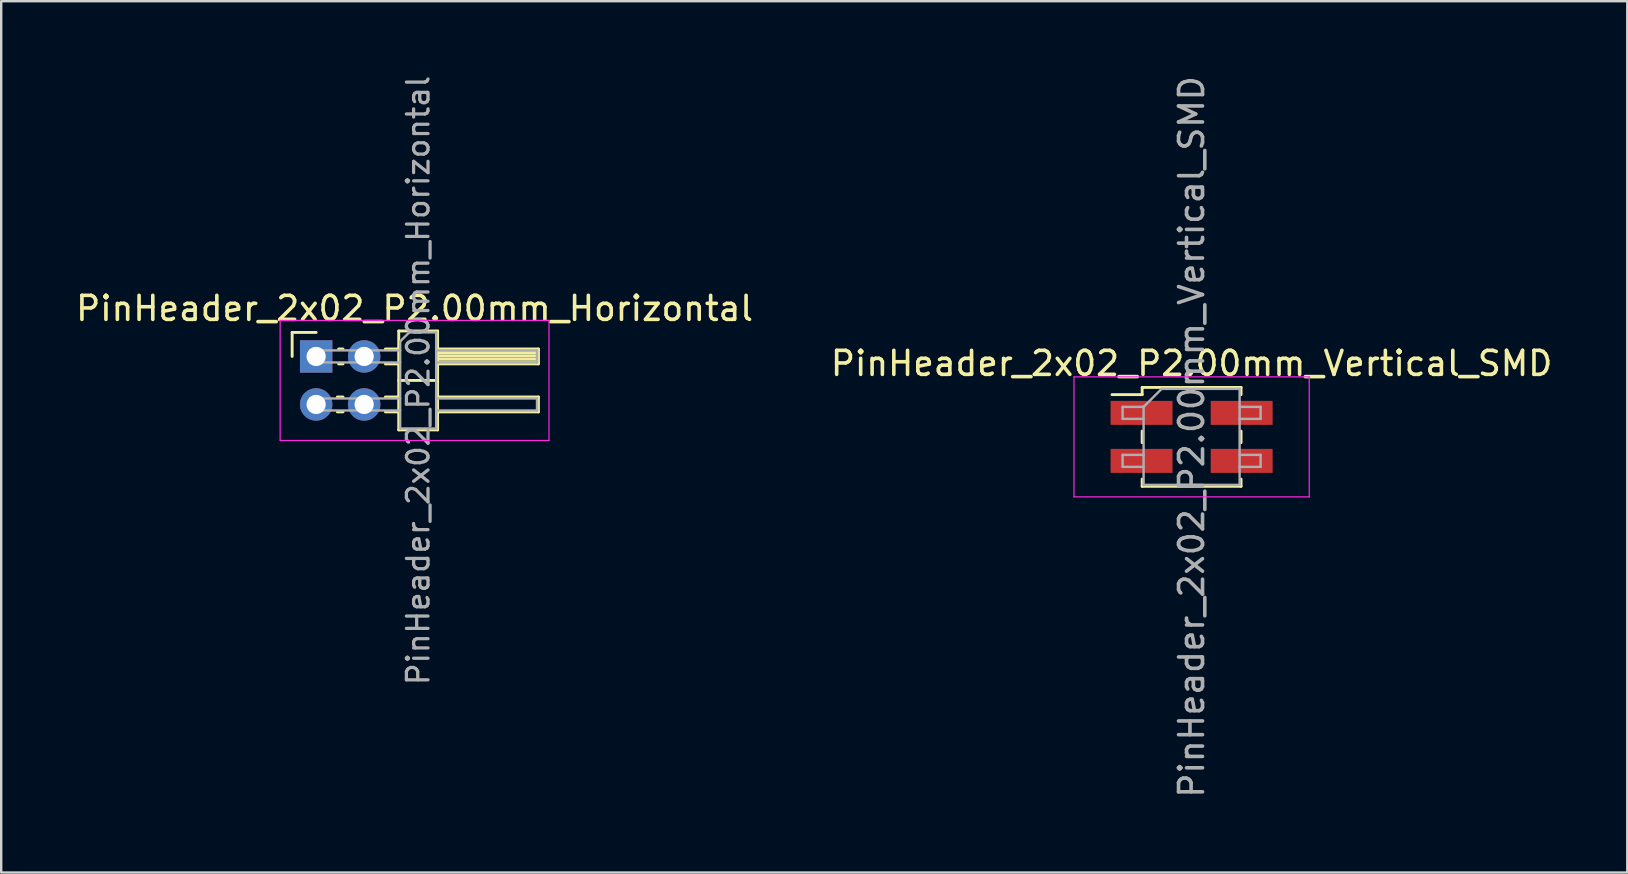
<source format=kicad_pcb>
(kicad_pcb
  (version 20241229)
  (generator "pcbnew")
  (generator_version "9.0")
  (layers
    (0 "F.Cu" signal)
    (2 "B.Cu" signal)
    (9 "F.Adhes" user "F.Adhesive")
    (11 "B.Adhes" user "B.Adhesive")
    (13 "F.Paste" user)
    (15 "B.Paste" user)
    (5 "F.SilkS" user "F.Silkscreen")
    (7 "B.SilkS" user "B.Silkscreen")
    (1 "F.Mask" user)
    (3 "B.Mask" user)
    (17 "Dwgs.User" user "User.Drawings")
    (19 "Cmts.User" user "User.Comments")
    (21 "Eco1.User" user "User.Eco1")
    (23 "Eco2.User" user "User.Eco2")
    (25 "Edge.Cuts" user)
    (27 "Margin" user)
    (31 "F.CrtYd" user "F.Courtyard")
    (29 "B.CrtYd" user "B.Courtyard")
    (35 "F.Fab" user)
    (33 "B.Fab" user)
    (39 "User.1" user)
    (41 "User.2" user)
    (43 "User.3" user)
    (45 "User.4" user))
  (footprint "PinHeader_2x02_P2.00mm_Vertical_SMD"
    (layer "F.Cu")
    (at 46.589 15.149)
    (property "Reference" "PinHeader_2x02_P2.00mm_Vertical_SMD" (at 0 -3.06 0) (layer "F.SilkS") (effects (font (size 1 1) (thickness 0.15))))
    (attr smd)
    (fp_line (start -3.315 -1.76) (end -2.06 -1.76) (stroke (width 0.12) (type solid)) (layer "F.SilkS"))
    (fp_line (start -2.06 -2.06) (end -2.06 -1.76) (stroke (width 0.12) (type solid)) (layer "F.SilkS"))
    (fp_line (start -2.06 -2.06) (end 2.06 -2.06) (stroke (width 0.12) (type solid)) (layer "F.SilkS"))
    (fp_line (start -2.06 -0.24) (end -2.06 0.24) (stroke (width 0.12) (type solid)) (layer "F.SilkS"))
    (fp_line (start -2.06 1.76) (end -2.06 2.06) (stroke (width 0.12) (type solid)) (layer "F.SilkS"))
    (fp_line (start -2.06 2.06) (end 2.06 2.06) (stroke (width 0.12) (type solid)) (layer "F.SilkS"))
    (fp_line (start 2.06 -2.06) (end 2.06 -1.76) (stroke (width 0.12) (type solid)) (layer "F.SilkS"))
    (fp_line (start 2.06 -0.24) (end 2.06 0.24) (stroke (width 0.12) (type solid)) (layer "F.SilkS"))
    (fp_line (start 2.06 1.76) (end 2.06 2.06) (stroke (width 0.12) (type solid)) (layer "F.SilkS"))
    (fp_line (start -4.9 -2.5) (end -4.9 2.5) (stroke (width 0.05) (type solid)) (layer "F.CrtYd"))
    (fp_line (start -4.9 2.5) (end 4.9 2.5) (stroke (width 0.05) (type solid)) (layer "F.CrtYd"))
    (fp_line (start 4.9 -2.5) (end -4.9 -2.5) (stroke (width 0.05) (type solid)) (layer "F.CrtYd"))
    (fp_line (start 4.9 2.5) (end 4.9 -2.5) (stroke (width 0.05) (type solid)) (layer "F.CrtYd"))
    (fp_line (start -2.875 -1.25) (end -2.875 -0.75) (stroke (width 0.1) (type solid)) (layer "F.Fab"))
    (fp_line (start -2.875 -0.75) (end -2 -0.75) (stroke (width 0.1) (type solid)) (layer "F.Fab"))
    (fp_line (start -2.875 0.75) (end -2.875 1.25) (stroke (width 0.1) (type solid)) (layer "F.Fab"))
    (fp_line (start -2.875 1.25) (end -2 1.25) (stroke (width 0.1) (type solid)) (layer "F.Fab"))
    (fp_line (start -2 -1.25) (end -2.875 -1.25) (stroke (width 0.1) (type solid)) (layer "F.Fab"))
    (fp_line (start -2 -1.25) (end -1.25 -2) (stroke (width 0.1) (type solid)) (layer "F.Fab"))
    (fp_line (start -2 0.75) (end -2.875 0.75) (stroke (width 0.1) (type solid)) (layer "F.Fab"))
    (fp_line (start -2 2) (end -2 -1.25) (stroke (width 0.1) (type solid)) (layer "F.Fab"))
    (fp_line (start -1.25 -2) (end 2 -2) (stroke (width 0.1) (type solid)) (layer "F.Fab"))
    (fp_line (start 2 -2) (end 2 2) (stroke (width 0.1) (type solid)) (layer "F.Fab"))
    (fp_line (start 2 -1.25) (end 2.875 -1.25) (stroke (width 0.1) (type solid)) (layer "F.Fab"))
    (fp_line (start 2 0.75) (end 2.875 0.75) (stroke (width 0.1) (type solid)) (layer "F.Fab"))
    (fp_line (start 2 2) (end -2 2) (stroke (width 0.1) (type solid)) (layer "F.Fab"))
    (fp_line (start 2.875 -1.25) (end 2.875 -0.75) (stroke (width 0.1) (type solid)) (layer "F.Fab"))
    (fp_line (start 2.875 -0.75) (end 2 -0.75) (stroke (width 0.1) (type solid)) (layer "F.Fab"))
    (fp_line (start 2.875 0.75) (end 2.875 1.25) (stroke (width 0.1) (type solid)) (layer "F.Fab"))
    (fp_line (start 2.875 1.25) (end 2 1.25) (stroke (width 0.1) (type solid)) (layer "F.Fab"))
    (fp_text user "${REFERENCE}" (at 0 0 90) (layer "F.Fab") (effects (font (size 1 1) (thickness 0.15))))
    (pad "1" smd rect (at -2.085 -1) (size 2.58 1) (layers "F.Cu" "F.Mask" "F.Paste"))
    (pad "2" smd rect (at 2.085 -1) (size 2.58 1) (layers "F.Cu" "F.Mask" "F.Paste"))
    (pad "3" smd rect (at -2.085 1) (size 2.58 1) (layers "F.Cu" "F.Mask" "F.Paste"))
    (pad "4" smd rect (at 2.085 1) (size 2.58 1) (layers "F.Cu" "F.Mask" "F.Paste")))
  (footprint "PinHeader_2x02_P2.00mm_Horizontal"
    (layer "F.Cu")
    (at 10.12 11.798)
    (property "Reference" "PinHeader_2x02_P2.00mm_Horizontal" (at 4.1 -2 0) (layer "F.SilkS") (effects (font (size 1 1) (thickness 0.15))))
    (attr through_hole)
    (fp_line (start -1 -1) (end 0 -1) (stroke (width 0.12) (type solid)) (layer "F.SilkS"))
    (fp_line (start -1 0) (end -1 -1) (stroke (width 0.12) (type solid)) (layer "F.SilkS"))
    (fp_line (start 0.882 1.69) (end 1.118 1.69) (stroke (width 0.12) (type solid)) (layer "F.SilkS"))
    (fp_line (start 0.882 2.31) (end 1.118 2.31) (stroke (width 0.12) (type solid)) (layer "F.SilkS"))
    (fp_line (start 0.935 -0.31) (end 1.118 -0.31) (stroke (width 0.12) (type solid)) (layer "F.SilkS"))
    (fp_line (start 0.935 0.31) (end 1.118 0.31) (stroke (width 0.12) (type solid)) (layer "F.SilkS"))
    (fp_line (start 2.882 -0.31) (end 3.44 -0.31) (stroke (width 0.12) (type solid)) (layer "F.SilkS"))
    (fp_line (start 2.882 0.31) (end 3.44 0.31) (stroke (width 0.12) (type solid)) (layer "F.SilkS"))
    (fp_line (start 2.882 1.69) (end 3.44 1.69) (stroke (width 0.12) (type solid)) (layer "F.SilkS"))
    (fp_line (start 2.882 2.31) (end 3.44 2.31) (stroke (width 0.12) (type solid)) (layer "F.SilkS"))
    (fp_line (start 3.44 -1.06) (end 3.44 3.06) (stroke (width 0.12) (type solid)) (layer "F.SilkS"))
    (fp_line (start 3.44 1) (end 5.06 1) (stroke (width 0.12) (type solid)) (layer "F.SilkS"))
    (fp_line (start 3.44 3.06) (end 5.06 3.06) (stroke (width 0.12) (type solid)) (layer "F.SilkS"))
    (fp_line (start 5.06 -1.06) (end 3.44 -1.06) (stroke (width 0.12) (type solid)) (layer "F.SilkS"))
    (fp_line (start 5.06 -0.31) (end 9.26 -0.31) (stroke (width 0.12) (type solid)) (layer "F.SilkS"))
    (fp_line (start 5.06 -0.25) (end 9.26 -0.25) (stroke (width 0.12) (type solid)) (layer "F.SilkS"))
    (fp_line (start 5.06 -0.13) (end 9.26 -0.13) (stroke (width 0.12) (type solid)) (layer "F.SilkS"))
    (fp_line (start 5.06 -0.01) (end 9.26 -0.01) (stroke (width 0.12) (type solid)) (layer "F.SilkS"))
    (fp_line (start 5.06 0.11) (end 9.26 0.11) (stroke (width 0.12) (type solid)) (layer "F.SilkS"))
    (fp_line (start 5.06 0.23) (end 9.26 0.23) (stroke (width 0.12) (type solid)) (layer "F.SilkS"))
    (fp_line (start 5.06 1.69) (end 9.26 1.69) (stroke (width 0.12) (type solid)) (layer "F.SilkS"))
    (fp_line (start 5.06 3.06) (end 5.06 -1.06) (stroke (width 0.12) (type solid)) (layer "F.SilkS"))
    (fp_line (start 9.26 -0.31) (end 9.26 0.31) (stroke (width 0.12) (type solid)) (layer "F.SilkS"))
    (fp_line (start 9.26 0.31) (end 5.06 0.31) (stroke (width 0.12) (type solid)) (layer "F.SilkS"))
    (fp_line (start 9.26 1.69) (end 9.26 2.31) (stroke (width 0.12) (type solid)) (layer "F.SilkS"))
    (fp_line (start 9.26 2.31) (end 5.06 2.31) (stroke (width 0.12) (type solid)) (layer "F.SilkS"))
    (fp_line (start -1.5 -1.5) (end -1.5 3.5) (stroke (width 0.05) (type solid)) (layer "F.CrtYd"))
    (fp_line (start -1.5 3.5) (end 9.7 3.5) (stroke (width 0.05) (type solid)) (layer "F.CrtYd"))
    (fp_line (start 9.7 -1.5) (end -1.5 -1.5) (stroke (width 0.05) (type solid)) (layer "F.CrtYd"))
    (fp_line (start 9.7 3.5) (end 9.7 -1.5) (stroke (width 0.05) (type solid)) (layer "F.CrtYd"))
    (fp_line (start -0.25 -0.25) (end -0.25 0.25) (stroke (width 0.1) (type solid)) (layer "F.Fab"))
    (fp_line (start -0.25 -0.25) (end 3.5 -0.25) (stroke (width 0.1) (type solid)) (layer "F.Fab"))
    (fp_line (start -0.25 0.25) (end 3.5 0.25) (stroke (width 0.1) (type solid)) (layer "F.Fab"))
    (fp_line (start -0.25 1.75) (end -0.25 2.25) (stroke (width 0.1) (type solid)) (layer "F.Fab"))
    (fp_line (start -0.25 1.75) (end 3.5 1.75) (stroke (width 0.1) (type solid)) (layer "F.Fab"))
    (fp_line (start -0.25 2.25) (end 3.5 2.25) (stroke (width 0.1) (type solid)) (layer "F.Fab"))
    (fp_line (start 3.5 -0.625) (end 3.875 -1) (stroke (width 0.1) (type solid)) (layer "F.Fab"))
    (fp_line (start 3.5 3) (end 3.5 -0.625) (stroke (width 0.1) (type solid)) (layer "F.Fab"))
    (fp_line (start 3.875 -1) (end 5 -1) (stroke (width 0.1) (type solid)) (layer "F.Fab"))
    (fp_line (start 5 -1) (end 5 3) (stroke (width 0.1) (type solid)) (layer "F.Fab"))
    (fp_line (start 5 -0.25) (end 9.2 -0.25) (stroke (width 0.1) (type solid)) (layer "F.Fab"))
    (fp_line (start 5 0.25) (end 9.2 0.25) (stroke (width 0.1) (type solid)) (layer "F.Fab"))
    (fp_line (start 5 1.75) (end 9.2 1.75) (stroke (width 0.1) (type solid)) (layer "F.Fab"))
    (fp_line (start 5 2.25) (end 9.2 2.25) (stroke (width 0.1) (type solid)) (layer "F.Fab"))
    (fp_line (start 5 3) (end 3.5 3) (stroke (width 0.1) (type solid)) (layer "F.Fab"))
    (fp_line (start 9.2 -0.25) (end 9.2 0.25) (stroke (width 0.1) (type solid)) (layer "F.Fab"))
    (fp_line (start 9.2 1.75) (end 9.2 2.25) (stroke (width 0.1) (type solid)) (layer "F.Fab"))
    (fp_text user "${REFERENCE}" (at 4.25 1 90) (layer "F.Fab") (effects (font (size 0.9 0.9) (thickness 0.135))))
    (pad "1" thru_hole rect (at 0 0) (size 1.35 1.35) (drill 0.8) (layers "*.Cu" "*.Mask"))
    (pad "2" thru_hole oval (at 2 0) (size 1.35 1.35) (drill 0.8) (layers "*.Cu" "*.Mask"))
    (pad "3" thru_hole oval (at 0 2) (size 1.35 1.35) (drill 0.8) (layers "*.Cu" "*.Mask"))
    (pad "4" thru_hole oval (at 2 2) (size 1.35 1.35) (drill 0.8) (layers "*.Cu" "*.Mask")))
  (gr_rect
    (start -3 -3)
    (end 64.738 33.298)
    (stroke (width 0.1) (type default))
    (fill no)
    (layer "Edge.Cuts")))
</source>
